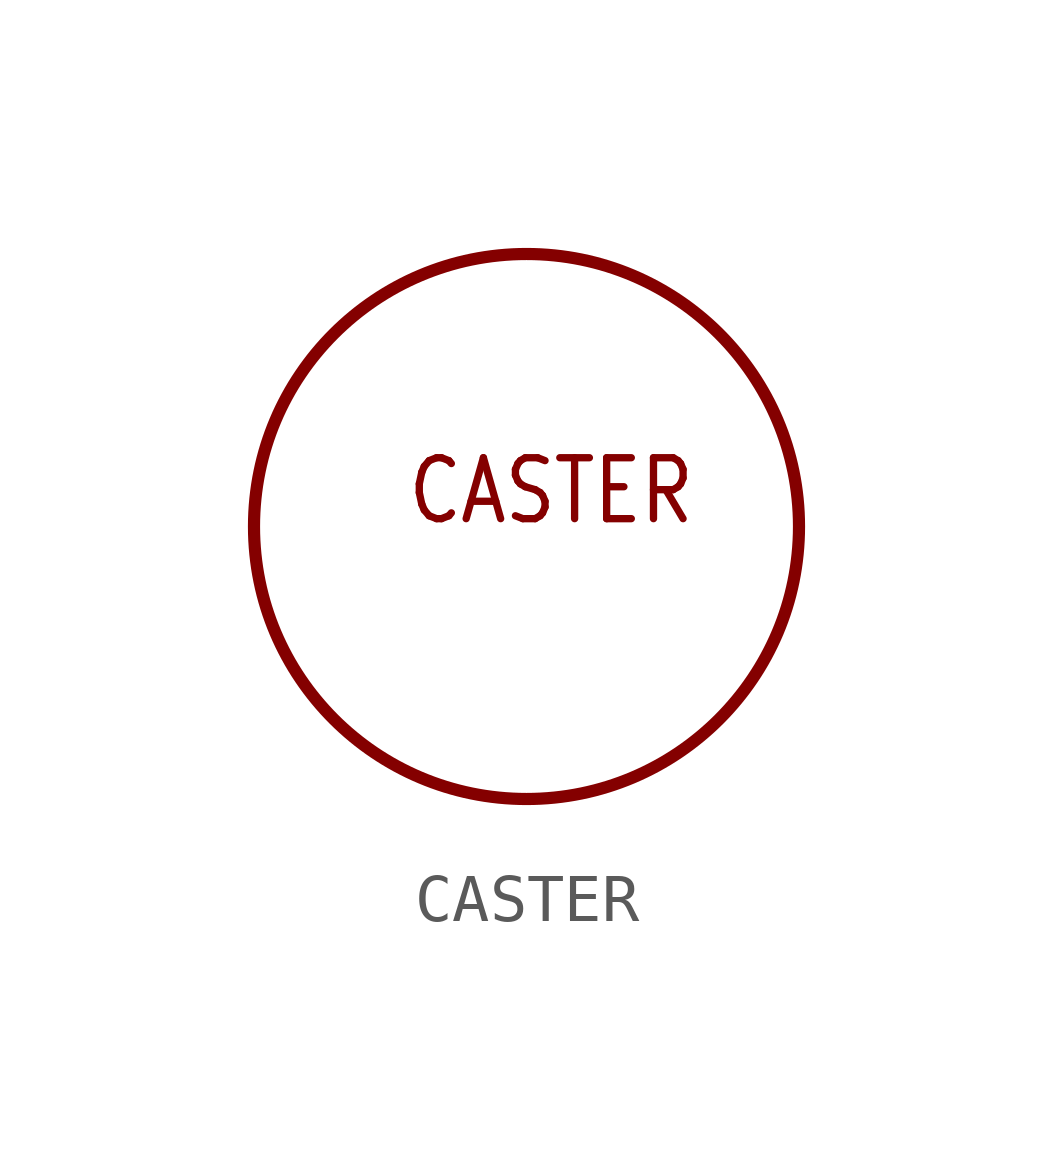
<source format=kicad_sym>
(kicad_symbol_lib
  (version 20211014)
  (generator kicad_symbol_editor)
  (symbol "CASTER"
    (property "Reference" ""
      (at 0 0 0)
      (effects (font (size 1.27 1.27)) hide))
    (property "ki_locked" ""
      (at 0 0 0)
      (effects (font (size 1.27 1.27))))
    (symbol "CASTER_1_0"
      (circle (center 0 0) (radius 5.68) (stroke (width 0.254) (type default) (color 0 0 0 0)) (fill (type none)))
      (text "CASTER" (at -2.54 0 0) (effects (font (size 1.27 1.079)) (justify left bottom))))))
</source>
